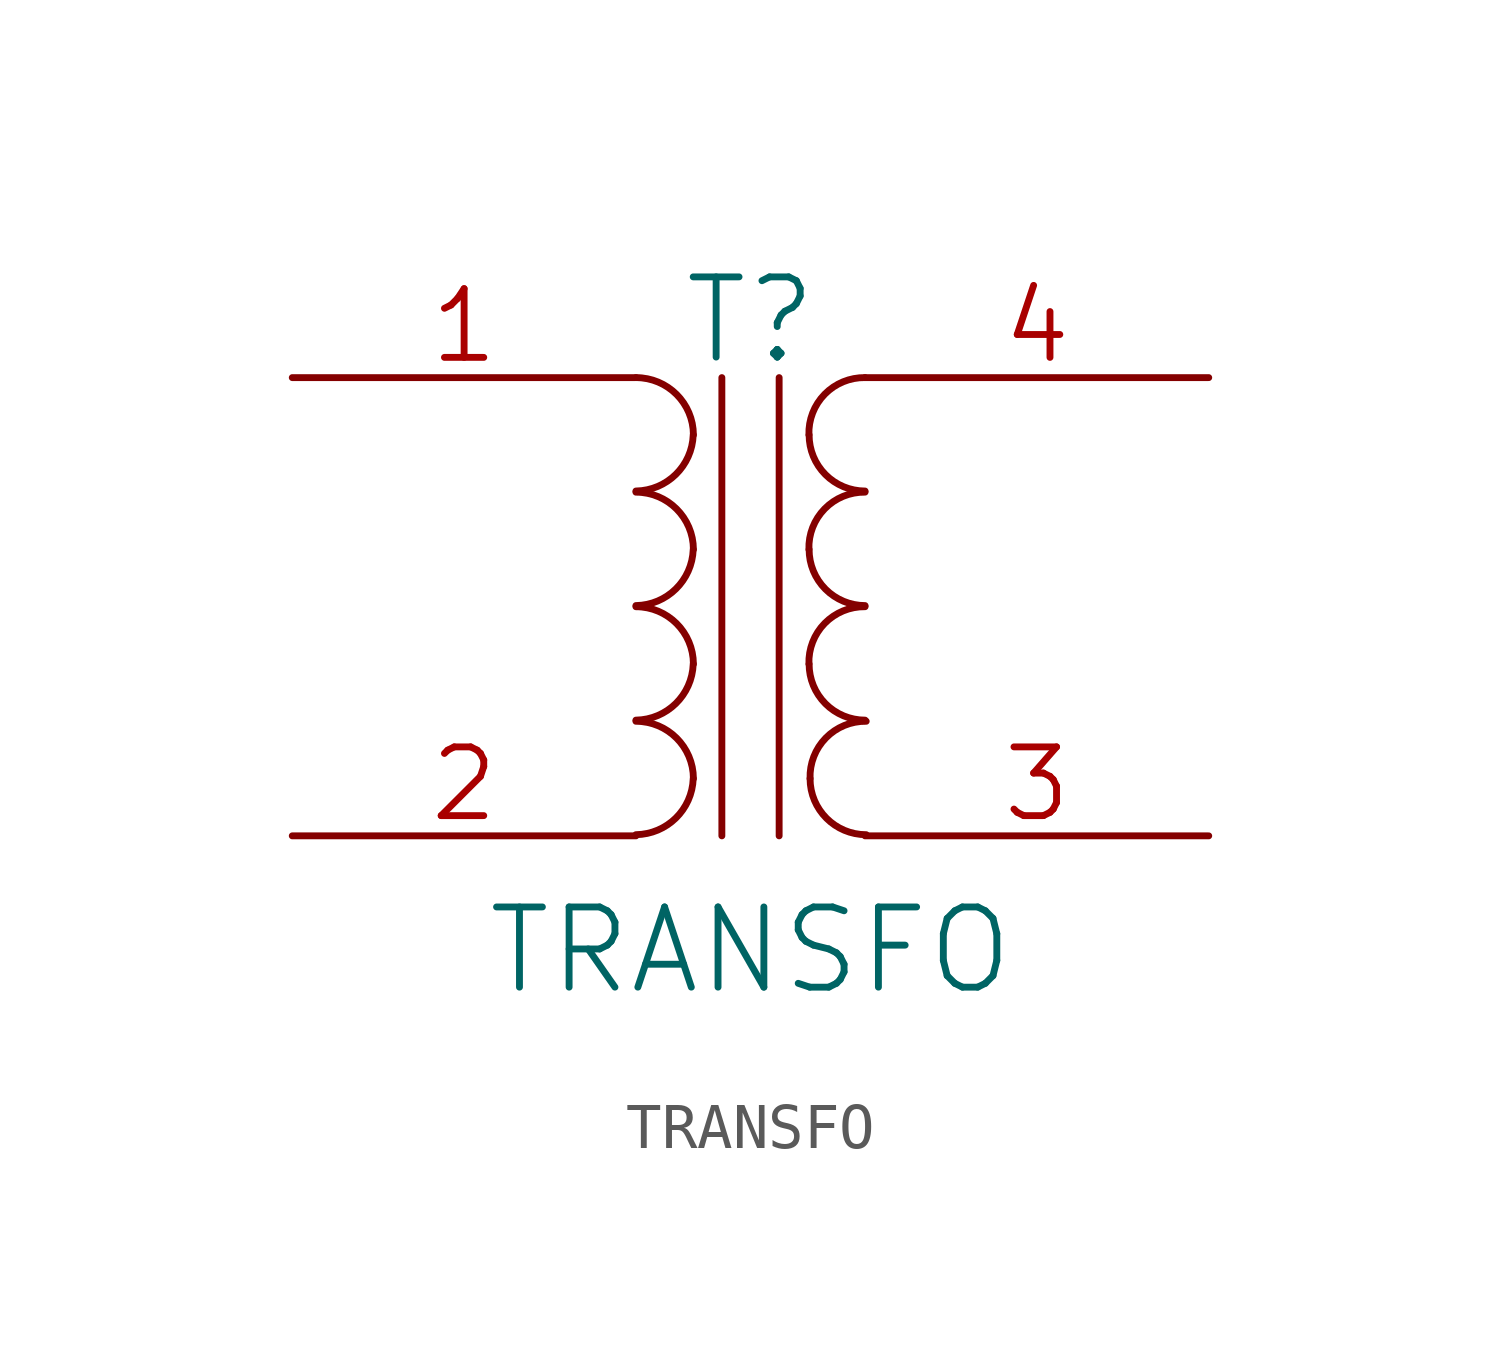
<source format=kicad_sym>
(kicad_symbol_lib
  (version 20220914)
  (generator kicad_symbol_editor)
  (symbol "TRANSFO"
    (pin_names
      (offset 1.016) hide)
    (property "Reference" "T"
      (at 0 6.35 0)
      (effects (font (size 1.778 1.778))))
    (property "Value" "TRANSFO"
      (at 0 -7.62 0)
      (effects (font (size 1.778 1.778))))
    (symbol "TRANSFO_0_1"
      (arc (start -2.54 -5.0546) (mid -1.6599 -4.6901) (end -1.27 -3.81) (stroke (width 0) (type solid)) (fill (type none)))
      (arc (start -2.54 -2.5146) (mid -1.6599 -2.1501) (end -1.27 -1.27) (stroke (width 0) (type solid)) (fill (type none)))
      (arc (start -2.54 0.0254) (mid -1.6599 0.3899) (end -1.27 1.27) (stroke (width 0) (type solid)) (fill (type none)))
      (arc (start -2.54 2.5654) (mid -1.6599 2.9299) (end -1.27 3.81) (stroke (width 0) (type solid)) (fill (type none)))
      (arc (start -1.27 -3.81) (mid -1.642 -2.912) (end -2.54 -2.54) (stroke (width 0) (type solid)) (fill (type none)))
      (arc (start -1.27 -1.27) (mid -1.642 -0.372) (end -2.54 0) (stroke (width 0) (type solid)) (fill (type none)))
      (arc (start -1.27 1.27) (mid -1.642 2.168) (end -2.54 2.54) (stroke (width 0) (type solid)) (fill (type none)))
      (arc (start -1.27 3.81) (mid -1.642 4.708) (end -2.54 5.08) (stroke (width 0) (type solid)) (fill (type none)))
      (polyline (pts (xy -0.635 5.08) (xy -0.635 -5.08)) (stroke (width 0) (type solid)) (fill (type none)))
      (polyline (pts (xy 0.635 -5.08) (xy 0.635 5.08)) (stroke (width 0) (type solid)) (fill (type none)))
      (arc (start 1.2954 -1.27) (mid 1.6599 -2.1501) (end 2.54 -2.5146) (stroke (width 0) (type solid)) (fill (type none)))
      (arc (start 1.2954 1.27) (mid 1.6599 0.3899) (end 2.54 0.0254) (stroke (width 0) (type solid)) (fill (type none)))
      (arc (start 1.2954 3.81) (mid 1.6599 2.9299) (end 2.54 2.5654) (stroke (width 0) (type solid)) (fill (type none)))
      (arc (start 1.3208 -3.81) (mid 1.6853 -4.6901) (end 2.5654 -5.0546) (stroke (width 0) (type solid)) (fill (type none)))
      (arc (start 2.54 0) (mid 1.642 -0.372) (end 1.2954 -1.27) (stroke (width 0) (type solid)) (fill (type none)))
      (arc (start 2.54 2.54) (mid 1.642 2.168) (end 1.2954 1.27) (stroke (width 0) (type solid)) (fill (type none)))
      (arc (start 2.54 5.08) (mid 1.642 4.708) (end 1.2954 3.81) (stroke (width 0) (type solid)) (fill (type none)))
      (arc (start 2.5654 -2.54) (mid 1.6674 -2.912) (end 1.3208 -3.81) (stroke (width 0) (type solid)) (fill (type none))))
    (symbol "TRANSFO_1_1"
      (pin passive line (at -10.16 5.08 0) (length 7.62) (name "AA" (effects (font (size 1.524 1.524)))) (number "1" (effects (font (size 1.524 1.524)))))
      (pin passive line (at -10.16 -5.08 0) (length 7.62) (name "AB" (effects (font (size 1.524 1.524)))) (number "2" (effects (font (size 1.524 1.524)))))
      (pin passive line (at 10.16 -5.08 180) (length 7.62) (name "SA" (effects (font (size 1.524 1.524)))) (number "3" (effects (font (size 1.524 1.524)))))
      (pin passive line (at 10.16 5.08 180) (length 7.62) (name "SB" (effects (font (size 1.524 1.524)))) (number "4" (effects (font (size 1.524 1.524))))))))
</source>
